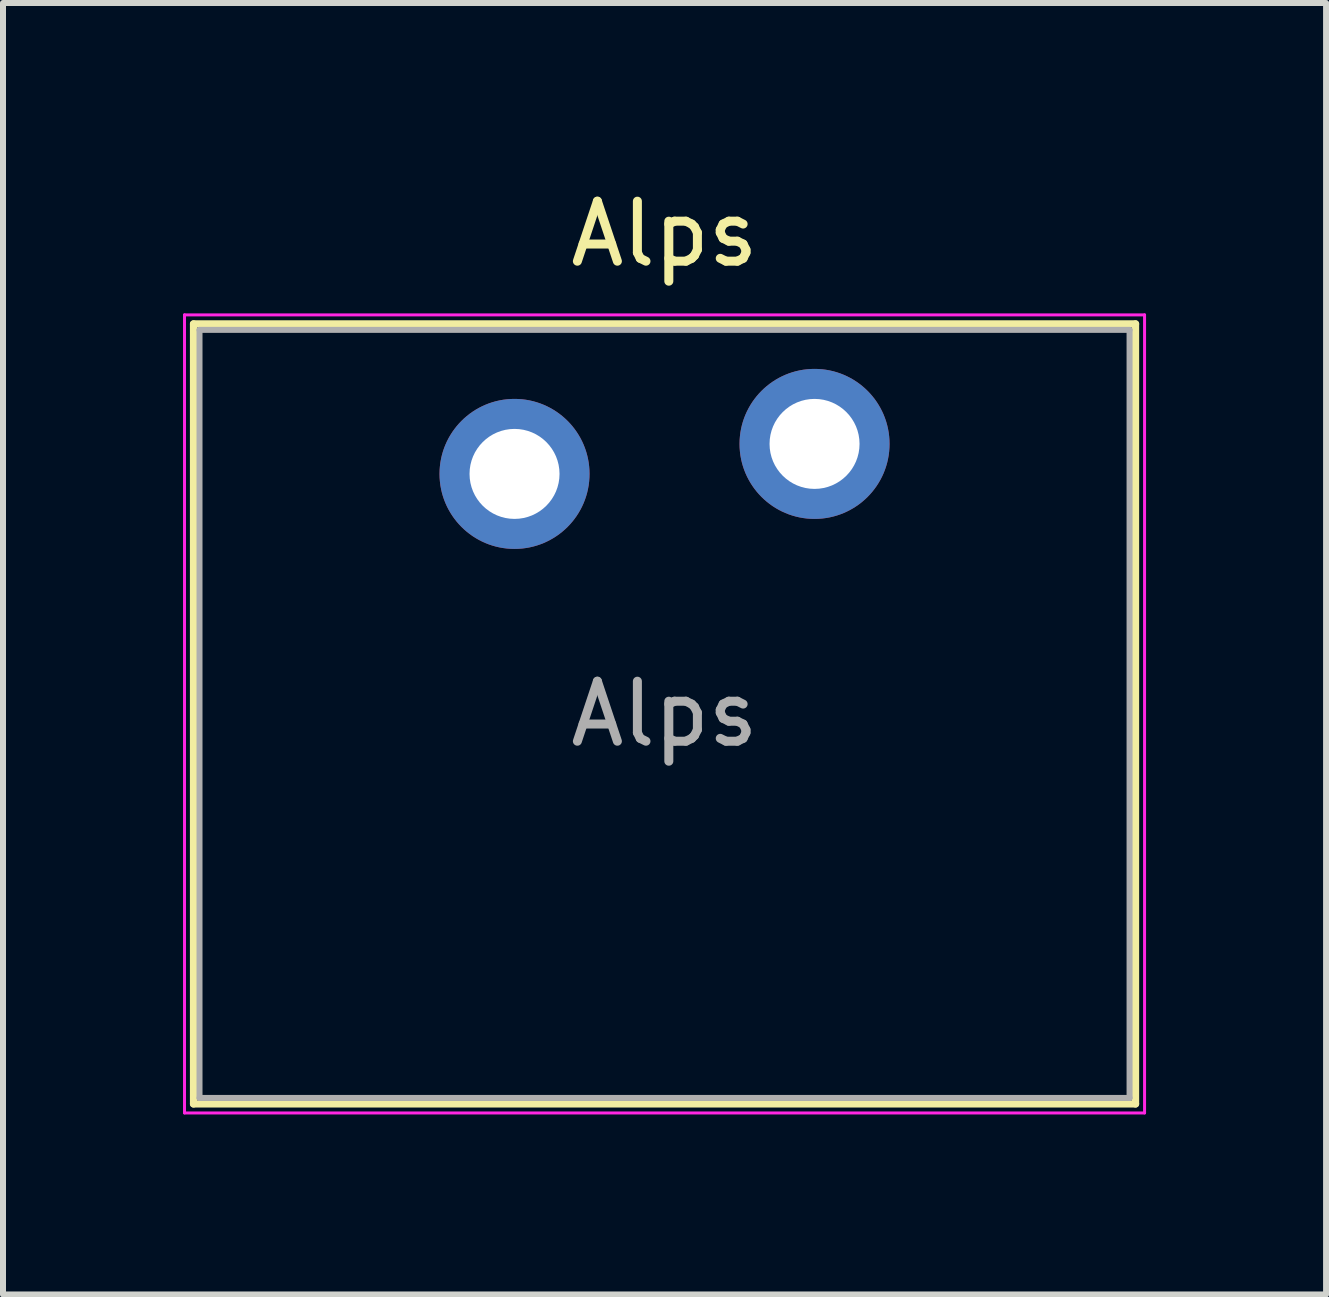
<source format=kicad_pcb>
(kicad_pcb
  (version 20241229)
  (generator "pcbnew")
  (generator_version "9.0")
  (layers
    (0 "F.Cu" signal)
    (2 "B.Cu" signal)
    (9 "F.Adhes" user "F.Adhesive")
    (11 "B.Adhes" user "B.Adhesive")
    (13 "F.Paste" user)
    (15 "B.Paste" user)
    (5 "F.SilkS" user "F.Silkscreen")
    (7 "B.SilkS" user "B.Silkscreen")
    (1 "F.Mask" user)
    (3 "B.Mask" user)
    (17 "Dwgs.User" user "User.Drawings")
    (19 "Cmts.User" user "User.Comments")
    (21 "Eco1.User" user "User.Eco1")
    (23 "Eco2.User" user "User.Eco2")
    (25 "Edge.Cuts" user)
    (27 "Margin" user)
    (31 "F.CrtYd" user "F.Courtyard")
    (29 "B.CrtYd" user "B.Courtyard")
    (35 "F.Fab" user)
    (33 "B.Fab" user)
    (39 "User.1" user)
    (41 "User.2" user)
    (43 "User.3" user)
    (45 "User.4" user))
  (footprint "Alps"
    (layer "F.Cu")
    (at 8.025 8.848)
    (property "Reference" "Alps" (at 0 -8 0) (layer "F.SilkS") (effects (font (size 1 1) (thickness 0.15))))
    (attr through_hole)
    (fp_line (start -7.85 -6.5) (end -7.85 6.5) (stroke (width 0.12) (type solid)) (layer "F.SilkS"))
    (fp_line (start -7.85 6.5) (end 7.85 6.5) (stroke (width 0.12) (type solid)) (layer "F.SilkS"))
    (fp_line (start 7.85 -6.5) (end -7.85 -6.5) (stroke (width 0.12) (type solid)) (layer "F.SilkS"))
    (fp_line (start 7.85 6.5) (end 7.85 -6.5) (stroke (width 0.12) (type solid)) (layer "F.SilkS"))
    (fp_line (start -7.75 -6.4) (end -7.75 6.4) (stroke (width 0.1) (type solid)) (layer "Eco1.User"))
    (fp_line (start -7.75 6.4) (end 7.75 6.4) (stroke (width 0.1) (type solid)) (layer "Eco1.User"))
    (fp_line (start 7.75 -6.4) (end -7.75 -6.4) (stroke (width 0.1) (type solid)) (layer "Eco1.User"))
    (fp_line (start 7.75 6.4) (end 7.75 -6.4) (stroke (width 0.1) (type solid)) (layer "Eco1.User"))
    (fp_line (start -8 -6.65) (end -8 6.65) (stroke (width 0.05) (type solid)) (layer "F.CrtYd"))
    (fp_line (start -8 6.65) (end 8 6.65) (stroke (width 0.05) (type solid)) (layer "F.CrtYd"))
    (fp_line (start 8 -6.65) (end -8 -6.65) (stroke (width 0.05) (type solid)) (layer "F.CrtYd"))
    (fp_line (start 8 6.65) (end 8 -6.65) (stroke (width 0.05) (type solid)) (layer "F.CrtYd"))
    (fp_line (start -7.75 -6.4) (end -7.75 6.4) (stroke (width 0.1) (type solid)) (layer "F.Fab"))
    (fp_line (start -7.75 6.4) (end 7.75 6.4) (stroke (width 0.1) (type solid)) (layer "F.Fab"))
    (fp_line (start 7.75 -6.4) (end -7.75 -6.4) (stroke (width 0.1) (type solid)) (layer "F.Fab"))
    (fp_line (start 7.75 6.4) (end 7.75 -6.4) (stroke (width 0.1) (type solid)) (layer "F.Fab"))
    (fp_text user "${REFERENCE}" (at 0 0 0) (layer "F.Fab") (effects (font (size 1 1) (thickness 0.15))))
    (pad "1" thru_hole circle (at -2.5 -4) (size 2.5 2.5) (drill 1.5) (layers "*.Cu" "*.Mask"))
    (pad "2" thru_hole circle (at 2.5 -4.5) (size 2.5 2.5) (drill 1.5) (layers "*.Cu" "*.Mask")))
  (gr_rect
    (start -3 -3)
    (end 19.05 18.523)
    (stroke (width 0.1) (type default))
    (fill no)
    (layer "Edge.Cuts")))
</source>
